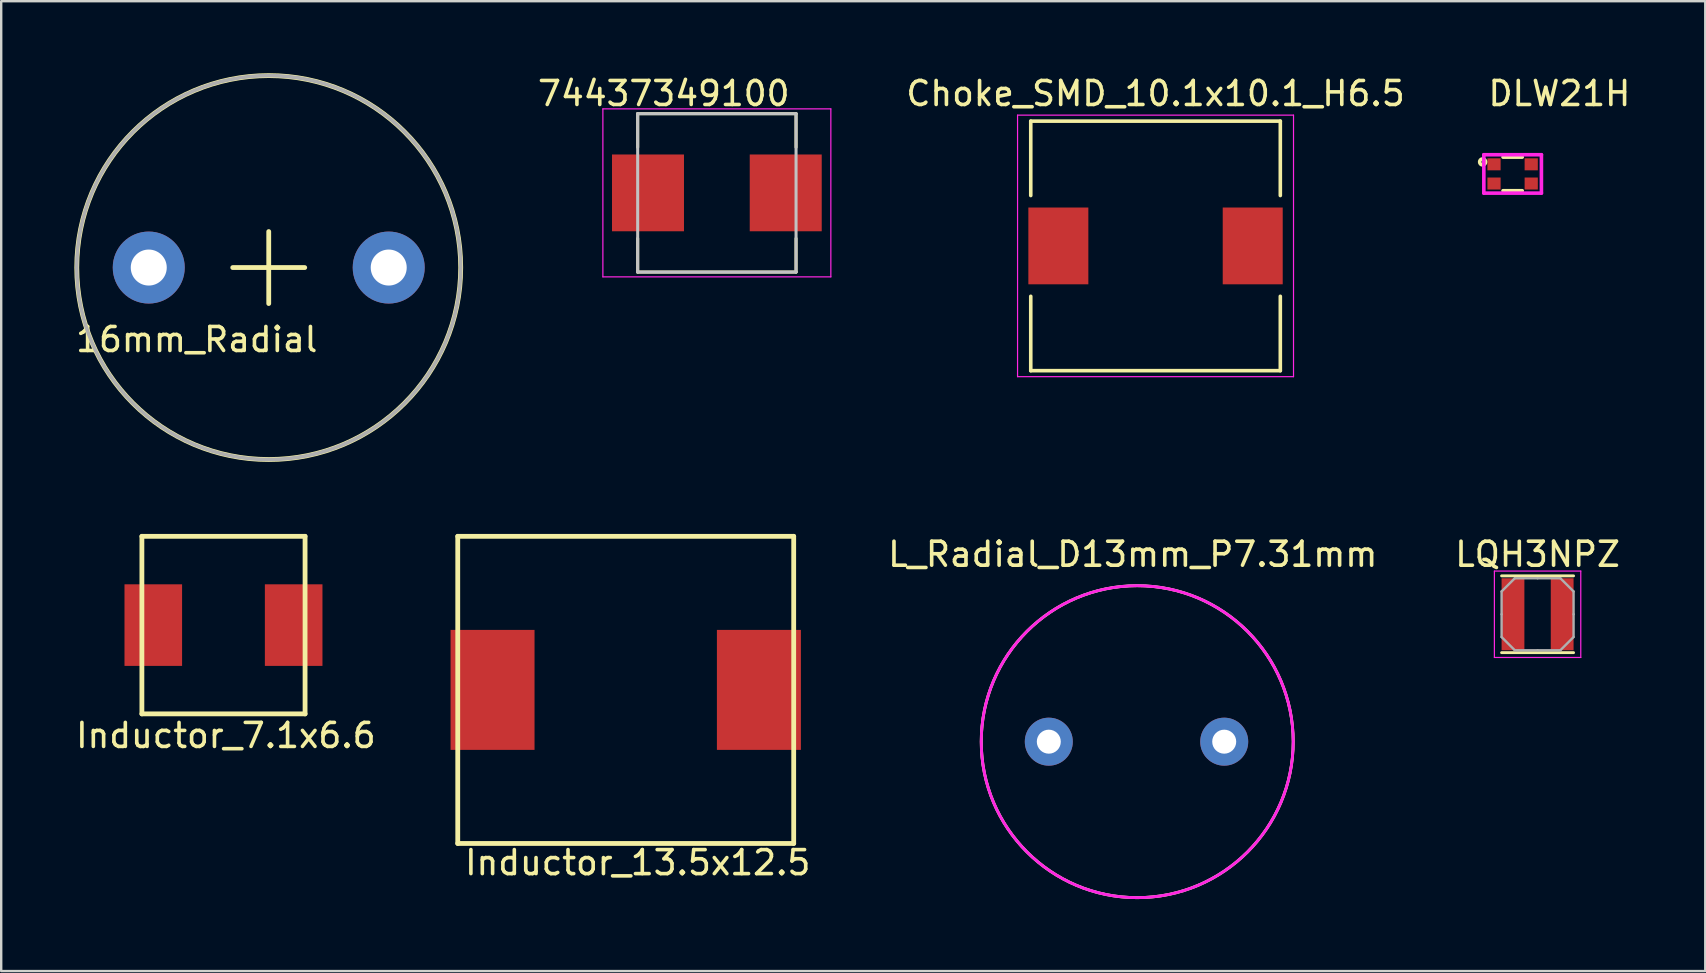
<source format=kicad_pcb>
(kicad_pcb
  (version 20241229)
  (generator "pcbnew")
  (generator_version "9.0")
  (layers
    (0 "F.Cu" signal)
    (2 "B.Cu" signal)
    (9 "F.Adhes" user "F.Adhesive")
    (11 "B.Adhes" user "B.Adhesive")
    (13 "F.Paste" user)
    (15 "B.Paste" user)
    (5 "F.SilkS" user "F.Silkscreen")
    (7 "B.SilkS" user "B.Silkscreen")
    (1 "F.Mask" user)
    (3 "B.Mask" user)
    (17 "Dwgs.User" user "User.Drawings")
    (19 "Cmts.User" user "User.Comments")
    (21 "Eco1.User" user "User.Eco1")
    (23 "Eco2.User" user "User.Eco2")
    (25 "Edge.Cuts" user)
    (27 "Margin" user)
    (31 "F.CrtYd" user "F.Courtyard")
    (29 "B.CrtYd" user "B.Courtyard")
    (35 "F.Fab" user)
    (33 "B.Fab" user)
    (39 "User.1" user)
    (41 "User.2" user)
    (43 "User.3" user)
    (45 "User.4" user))
  (footprint "Inductor_13.5x12.5"
    (layer "F.Cu")
    (at 23.026 25.7)
    (property "Reference" "Inductor_13.5x12.5" (at 0.5 7.2 0) (layer "F.SilkS") (effects (font (size 1 1) (thickness 0.15))))
    (attr through_hole)
    (fp_line (start -7 -6.4) (end 7 -6.4) (stroke (width 0.2) (type solid)) (layer "F.SilkS"))
    (fp_line (start -7 6.4) (end -7 -6.4) (stroke (width 0.2) (type solid)) (layer "F.SilkS"))
    (fp_line (start -7 6.4) (end 7 6.4) (stroke (width 0.2) (type solid)) (layer "F.SilkS"))
    (fp_line (start 7 -6.4) (end 7 6.4) (stroke (width 0.2) (type solid)) (layer "F.SilkS"))
    (pad "1" smd rect (at -5.55 0) (size 3.5 5) (layers "F.Cu" "F.Mask" "F.Paste"))
    (pad "2" smd rect (at 5.55 0) (size 3.5 5) (layers "F.Cu" "F.Mask" "F.Paste")))
  (footprint "Choke_SMD_10.1x10.1_H6.5"
    (layer "F.Cu")
    (at 45.105 7.198)
    (property "Reference" "Choke_SMD_10.1x10.1_H6.5" (at 0 -6.35 0) (layer "F.SilkS") (effects (font (size 1 1) (thickness 0.15))))
    (attr smd)
    (fp_line (start -5.2 -5.2) (end -5.2 -2.1) (stroke (width 0.15) (type solid)) (layer "F.SilkS"))
    (fp_line (start -5.2 -5.2) (end 5.2 -5.2) (stroke (width 0.15) (type solid)) (layer "F.SilkS"))
    (fp_line (start -5.2 5.2) (end -5.2 2.1) (stroke (width 0.15) (type solid)) (layer "F.SilkS"))
    (fp_line (start -5.2 5.2) (end 5.2 5.2) (stroke (width 0.15) (type solid)) (layer "F.SilkS"))
    (fp_line (start 5.2 -5.2) (end 5.2 -2.1) (stroke (width 0.15) (type solid)) (layer "F.SilkS"))
    (fp_line (start 5.2 5.2) (end 5.2 2.1) (stroke (width 0.15) (type solid)) (layer "F.SilkS"))
    (fp_line (start -5.75 -5.45) (end -5.75 5.45) (stroke (width 0.05) (type solid)) (layer "F.CrtYd"))
    (fp_line (start -5.75 5.45) (end 5.75 5.45) (stroke (width 0.05) (type solid)) (layer "F.CrtYd"))
    (fp_line (start 5.75 -5.45) (end -5.75 -5.45) (stroke (width 0.05) (type solid)) (layer "F.CrtYd"))
    (fp_line (start 5.75 5.45) (end 5.75 -5.45) (stroke (width 0.05) (type solid)) (layer "F.CrtYd"))
    (pad "1" smd rect (at -4.05 0) (size 2.5 3.2) (layers "F.Cu" "F.Mask" "F.Paste"))
    (pad "2" smd rect (at 4.05 0) (size 2.5 3.2) (layers "F.Cu" "F.Mask" "F.Paste")))
  (footprint "DLW21H"
    (layer "F.Cu")
    (at 59.986 4.198)
    (property "Reference" "DLW21H" (at 1.95 -3.35 0) (layer "F.SilkS") (effects (font (size 1 1) (thickness 0.15))))
    (attr through_hole)
    (fp_line (start -0.4 -0.7) (end 0.4 -0.7) (stroke (width 0.15) (type solid)) (layer "F.SilkS"))
    (fp_line (start -0.4 0.7) (end 0.4 0.7) (stroke (width 0.15) (type solid)) (layer "F.SilkS"))
    (fp_circle (center -1.25 -0.5) (end -1.2 -0.5) (stroke (width 0.15) (type solid)) (fill no) (layer "F.SilkS"))
    (fp_line (start -1.2 -0.8) (end -1.2 0.8) (stroke (width 0.15) (type solid)) (layer "F.CrtYd"))
    (fp_line (start -1.2 0.8) (end 1.2 0.8) (stroke (width 0.15) (type solid)) (layer "F.CrtYd"))
    (fp_line (start 1.2 -0.8) (end -1.2 -0.8) (stroke (width 0.15) (type solid)) (layer "F.CrtYd"))
    (fp_line (start 1.2 0.8) (end 1.2 -0.8) (stroke (width 0.15) (type solid)) (layer "F.CrtYd"))
    (pad "1" smd rect (at -0.775 -0.4) (size 0.55 0.5) (layers "F.Cu" "F.Mask" "F.Paste"))
    (pad "2" smd rect (at 0.775 -0.4) (size 0.55 0.5) (layers "F.Cu" "F.Mask" "F.Paste"))
    (pad "3" smd rect (at -0.775 0.4) (size 0.55 0.5) (layers "F.Cu" "F.Mask" "F.Paste"))
    (pad "4" smd rect (at 0.775 0.4) (size 0.55 0.5) (layers "F.Cu" "F.Mask" "F.Paste")))
  (footprint "74437349100"
    (layer "F.Cu")
    (at 26.824 4.988)
    (property "Reference" "74437349100" (at -2.213 -4.14 0) (layer "F.SilkS") (effects (font (size 1 1) (thickness 0.15))))
    (attr smd)
    (fp_line (start -3.3 -3.3) (end 3.3 -3.3) (stroke (width 0.127) (type solid)) (layer "F.SilkS"))
    (fp_line (start -3.3 -1.9) (end -3.3 -3.3) (stroke (width 0.127) (type solid)) (layer "F.SilkS"))
    (fp_line (start -3.3 1.9) (end -3.3 3.3) (stroke (width 0.127) (type solid)) (layer "F.SilkS"))
    (fp_line (start -3.3 3.3) (end 3.3 3.3) (stroke (width 0.127) (type solid)) (layer "F.SilkS"))
    (fp_line (start 3.3 -3.3) (end 3.3 -1.9) (stroke (width 0.127) (type solid)) (layer "F.SilkS"))
    (fp_line (start 3.3 3.3) (end 3.3 1.9) (stroke (width 0.127) (type solid)) (layer "F.SilkS"))
    (fp_line (start -3.3 -3.3) (end 3.3 -3.3) (stroke (width 0.127) (type solid)) (layer "Dwgs.User"))
    (fp_line (start -3.3 3.3) (end -3.3 -3.3) (stroke (width 0.127) (type solid)) (layer "Dwgs.User"))
    (fp_line (start 3.3 -3.3) (end 3.3 3.3) (stroke (width 0.127) (type solid)) (layer "Dwgs.User"))
    (fp_line (start 3.3 3.3) (end -3.3 3.3) (stroke (width 0.127) (type solid)) (layer "Dwgs.User"))
    (fp_line (start -4.75 -3.5) (end 4.75 -3.5) (stroke (width 0.05) (type solid)) (layer "F.CrtYd"))
    (fp_line (start -4.75 3.5) (end -4.75 -3.5) (stroke (width 0.05) (type solid)) (layer "F.CrtYd"))
    (fp_line (start 4.75 -3.5) (end 4.75 3.5) (stroke (width 0.05) (type solid)) (layer "F.CrtYd"))
    (fp_line (start 4.75 3.5) (end -4.75 3.5) (stroke (width 0.05) (type solid)) (layer "F.CrtYd"))
    (pad "1" smd rect (at -2.87 0) (size 3 3.2) (layers "F.Cu" "F.Mask" "F.Paste"))
    (pad "2" smd rect (at 2.87 0) (size 3 3.2) (layers "F.Cu" "F.Mask" "F.Paste")))
  (footprint "16mm_Radial"
    (layer "F.Cu")
    (at 8.149 8.1)
    (property "Reference" "16mm_Radial" (at -3 3 0) (layer "F.SilkS") (effects (font (size 1 1) (thickness 0.15))))
    (attr through_hole)
    (fp_line (start -1.5 0) (end 1.5 0) (stroke (width 0.2) (type solid)) (layer "F.SilkS"))
    (fp_line (start 0 -1.5) (end 0 1.5) (stroke (width 0.2) (type solid)) (layer "F.SilkS"))
    (fp_circle (center 0 0) (end 8 0) (stroke (width 0.2) (type solid)) (fill no) (layer "F.SilkS"))
    (fp_circle (center 0 0) (end 8 0) (stroke (width 0.15) (type solid)) (fill no) (layer "F.Fab"))
    (pad "1" thru_hole circle (at 5 0) (size 3 3) (drill 1.5) (layers "*.Cu" "*.Mask"))
    (pad "2" thru_hole circle (at -5 0) (size 3 3) (drill 1.5) (layers "*.Cu" "*.Mask")))
  (footprint "Inductor_7.1x6.6"
    (layer "F.Cu")
    (at 6.263 23)
    (property "Reference" "Inductor_7.1x6.6" (at 0.1 4.6 0) (layer "F.SilkS") (effects (font (size 1 1) (thickness 0.15))))
    (attr through_hole)
    (fp_line (start -3.4 -3.7) (end -3.4 3.7) (stroke (width 0.2) (type solid)) (layer "F.SilkS"))
    (fp_line (start -3.4 -3.7) (end 3.4 -3.7) (stroke (width 0.2) (type solid)) (layer "F.SilkS"))
    (fp_line (start -3.4 3.7) (end 3.4 3.7) (stroke (width 0.2) (type solid)) (layer "F.SilkS"))
    (fp_line (start 3.4 -3.7) (end 3.4 3.7) (stroke (width 0.2) (type solid)) (layer "F.SilkS"))
    (pad "1" smd rect (at -2.925 0) (size 2.4 3.4) (layers "F.Cu" "F.Mask" "F.Paste"))
    (pad "2" smd rect (at 2.925 0) (size 2.4 3.4) (layers "F.Cu" "F.Mask" "F.Paste")))
  (footprint "L_Radial_D13mm_P7.31mm"
    (layer "F.Cu")
    (at 40.657 27.858)
    (property "Reference" "L_Radial_D13mm_P7.31mm" (at 3.5 -7.81 0) (layer "F.SilkS") (effects (font (size 1 1) (thickness 0.15))))
    (attr through_hole)
    (fp_circle (center 3.685 0) (end 10.185 0) (stroke (width 0.12) (type solid)) (fill no) (layer "F.SilkS"))
    (fp_circle (center 3.685 0) (end 10.185 0) (stroke (width 0.12) (type solid)) (fill no) (layer "F.CrtYd"))
    (fp_circle (center 3.685 0) (end 10.185 0) (stroke (width 0.1) (type solid)) (fill no) (layer "F.Fab"))
    (pad "1" thru_hole circle (at 0 0) (size 2 2) (drill 1) (layers "*.Cu" "*.Mask"))
    (pad "2" thru_hole circle (at 7.31 0) (size 2 2) (drill 1) (layers "*.Cu" "*.Mask")))
  (footprint "LQH3NPZ"
    (layer "F.Cu")
    (at 61.026 22.548)
    (property "Reference" "LQH3NPZ" (at 0 -2.5 0) (layer "F.SilkS") (effects (font (size 1 1) (thickness 0.15))))
    (attr smd)
    (fp_line (start -1.5 -1.6) (end 1.5 -1.6) (stroke (width 0.12) (type solid)) (layer "F.SilkS"))
    (fp_line (start -1.5 1.6) (end 1.5 1.6) (stroke (width 0.12) (type solid)) (layer "F.SilkS"))
    (fp_line (start -1.8 -1.8) (end -1.8 1.8) (stroke (width 0.05) (type solid)) (layer "F.CrtYd"))
    (fp_line (start -1.8 1.8) (end 1.8 1.8) (stroke (width 0.05) (type solid)) (layer "F.CrtYd"))
    (fp_line (start 1.8 -1.8) (end -1.8 -1.8) (stroke (width 0.05) (type solid)) (layer "F.CrtYd"))
    (fp_line (start 1.8 1.8) (end 1.8 -1.8) (stroke (width 0.05) (type solid)) (layer "F.CrtYd"))
    (fp_line (start -1.5 -0.95) (end -0.95 -1.5) (stroke (width 0.1) (type solid)) (layer "F.Fab"))
    (fp_line (start -1.5 0) (end -1.5 -0.95) (stroke (width 0.1) (type solid)) (layer "F.Fab"))
    (fp_line (start -1.5 0) (end -1.5 0.95) (stroke (width 0.1) (type solid)) (layer "F.Fab"))
    (fp_line (start -1.5 0.95) (end -0.95 1.5) (stroke (width 0.1) (type solid)) (layer "F.Fab"))
    (fp_line (start -0.95 -1.5) (end 0 -1.5) (stroke (width 0.1) (type solid)) (layer "F.Fab"))
    (fp_line (start -0.95 1.5) (end 0 1.5) (stroke (width 0.1) (type solid)) (layer "F.Fab"))
    (fp_line (start 0.95 -1.5) (end 0 -1.5) (stroke (width 0.1) (type solid)) (layer "F.Fab"))
    (fp_line (start 0.95 1.5) (end 0 1.5) (stroke (width 0.1) (type solid)) (layer "F.Fab"))
    (fp_line (start 1.5 -0.95) (end 0.95 -1.5) (stroke (width 0.1) (type solid)) (layer "F.Fab"))
    (fp_line (start 1.5 0) (end 1.5 -0.95) (stroke (width 0.1) (type solid)) (layer "F.Fab"))
    (fp_line (start 1.5 0) (end 1.5 0.95) (stroke (width 0.1) (type solid)) (layer "F.Fab"))
    (fp_line (start 1.5 0.95) (end 0.95 1.5) (stroke (width 0.1) (type solid)) (layer "F.Fab"))
    (pad "1" smd rect (at -1.025 0) (size 0.95 3) (layers "F.Cu" "F.Mask" "F.Paste"))
    (pad "2" smd rect (at 1.025 0) (size 0.95 3) (layers "F.Cu" "F.Mask" "F.Paste")))
  (gr_rect
    (start -3 -3)
    (end 68.014 37.418)
    (stroke (width 0.1) (type default))
    (fill no)
    (layer "Edge.Cuts")))
</source>
